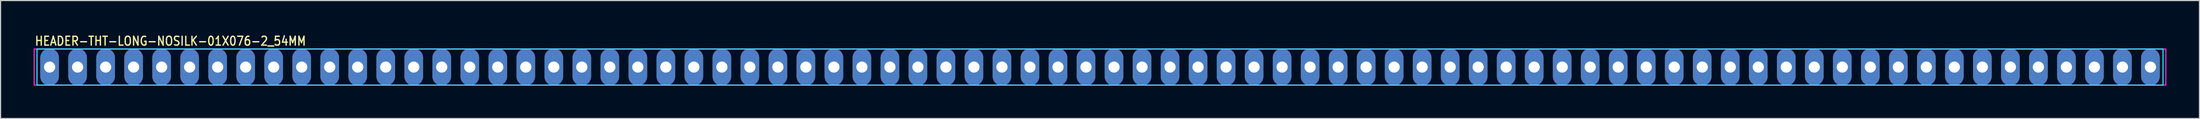
<source format=kicad_pcb>
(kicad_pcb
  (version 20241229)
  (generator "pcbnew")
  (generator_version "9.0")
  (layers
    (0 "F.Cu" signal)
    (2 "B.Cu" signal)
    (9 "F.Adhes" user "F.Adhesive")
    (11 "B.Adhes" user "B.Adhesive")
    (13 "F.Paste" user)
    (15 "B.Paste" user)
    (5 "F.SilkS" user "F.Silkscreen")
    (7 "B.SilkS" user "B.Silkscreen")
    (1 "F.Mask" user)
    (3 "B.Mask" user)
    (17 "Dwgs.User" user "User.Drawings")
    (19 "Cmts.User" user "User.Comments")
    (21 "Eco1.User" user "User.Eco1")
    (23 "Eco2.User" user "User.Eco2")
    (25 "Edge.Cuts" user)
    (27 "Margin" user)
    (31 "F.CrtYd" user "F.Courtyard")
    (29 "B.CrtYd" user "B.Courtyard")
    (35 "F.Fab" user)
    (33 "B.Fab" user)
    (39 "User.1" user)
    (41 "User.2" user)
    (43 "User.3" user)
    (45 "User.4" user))
  (footprint "HEADER-THT-LONG-NOSILK-01X076-2_54MM"
    (layer "F.Cu")
    (at 1.447 3.079)
    (property "Reference" "HEADER-THT-LONG-NOSILK-01X076-2_54MM" (at -1.4 -1.9 0) (unlocked yes) (layer "F.SilkS") (effects (font (size 0.813 0.695) (thickness 0.122)) (justify left bottom)))
    (fp_poly (pts (xy -1.143 -1.651) (xy 191.643 -1.651) (xy 191.643 1.651) (xy -1.143 1.651)) (stroke (width 0.1) (type solid)) (fill no) (layer "B.CrtYd"))
    (fp_poly (pts (xy -1.397 -1.651) (xy 191.897 -1.651) (xy 191.897 1.651) (xy -1.397 1.651)) (stroke (width 0.1) (type solid)) (fill no) (layer "F.CrtYd"))
    (pad "1" thru_hole oval (at 0 0 90) (size 3.387 1.693) (drill 1.016) (layers "*.Cu" "*.Mask"))
    (pad "2" thru_hole oval (at 2.54 0 90) (size 3.387 1.693) (drill 1.016) (layers "*.Cu" "*.Mask"))
    (pad "3" thru_hole oval (at 5.08 0 90) (size 3.387 1.693) (drill 1.016) (layers "*.Cu" "*.Mask"))
    (pad "4" thru_hole oval (at 7.62 0 90) (size 3.387 1.693) (drill 1.016) (layers "*.Cu" "*.Mask"))
    (pad "5" thru_hole oval (at 10.16 0 90) (size 3.387 1.693) (drill 1.016) (layers "*.Cu" "*.Mask"))
    (pad "6" thru_hole oval (at 12.7 0 90) (size 3.387 1.693) (drill 1.016) (layers "*.Cu" "*.Mask"))
    (pad "7" thru_hole oval (at 15.24 0 90) (size 3.387 1.693) (drill 1.016) (layers "*.Cu" "*.Mask"))
    (pad "8" thru_hole oval (at 17.78 0 90) (size 3.387 1.693) (drill 1.016) (layers "*.Cu" "*.Mask"))
    (pad "9" thru_hole oval (at 20.32 0 90) (size 3.387 1.693) (drill 1.016) (layers "*.Cu" "*.Mask"))
    (pad "10" thru_hole oval (at 22.86 0 90) (size 3.387 1.693) (drill 1.016) (layers "*.Cu" "*.Mask"))
    (pad "11" thru_hole oval (at 25.4 0 90) (size 3.387 1.693) (drill 1.016) (layers "*.Cu" "*.Mask"))
    (pad "12" thru_hole oval (at 27.94 0 90) (size 3.387 1.693) (drill 1.016) (layers "*.Cu" "*.Mask"))
    (pad "13" thru_hole oval (at 30.48 0 90) (size 3.387 1.693) (drill 1.016) (layers "*.Cu" "*.Mask"))
    (pad "14" thru_hole oval (at 33.02 0 90) (size 3.387 1.693) (drill 1.016) (layers "*.Cu" "*.Mask"))
    (pad "15" thru_hole oval (at 35.56 0 90) (size 3.387 1.693) (drill 1.016) (layers "*.Cu" "*.Mask"))
    (pad "16" thru_hole oval (at 38.1 0 90) (size 3.387 1.693) (drill 1.016) (layers "*.Cu" "*.Mask"))
    (pad "17" thru_hole oval (at 40.64 0 90) (size 3.387 1.693) (drill 1.016) (layers "*.Cu" "*.Mask"))
    (pad "18" thru_hole oval (at 43.18 0 90) (size 3.387 1.693) (drill 1.016) (layers "*.Cu" "*.Mask"))
    (pad "19" thru_hole oval (at 45.72 0 90) (size 3.387 1.693) (drill 1.016) (layers "*.Cu" "*.Mask"))
    (pad "20" thru_hole oval (at 48.26 0 90) (size 3.387 1.693) (drill 1.016) (layers "*.Cu" "*.Mask"))
    (pad "21" thru_hole oval (at 50.8 0 90) (size 3.387 1.693) (drill 1.016) (layers "*.Cu" "*.Mask"))
    (pad "22" thru_hole oval (at 53.34 0 90) (size 3.387 1.693) (drill 1.016) (layers "*.Cu" "*.Mask"))
    (pad "23" thru_hole oval (at 55.88 0 90) (size 3.387 1.693) (drill 1.016) (layers "*.Cu" "*.Mask"))
    (pad "24" thru_hole oval (at 58.42 0 90) (size 3.387 1.693) (drill 1.016) (layers "*.Cu" "*.Mask"))
    (pad "25" thru_hole oval (at 60.96 0 90) (size 3.387 1.693) (drill 1.016) (layers "*.Cu" "*.Mask"))
    (pad "26" thru_hole oval (at 63.5 0 90) (size 3.387 1.693) (drill 1.016) (layers "*.Cu" "*.Mask"))
    (pad "27" thru_hole oval (at 66.04 0 90) (size 3.387 1.693) (drill 1.016) (layers "*.Cu" "*.Mask"))
    (pad "28" thru_hole oval (at 68.58 0 90) (size 3.387 1.693) (drill 1.016) (layers "*.Cu" "*.Mask"))
    (pad "29" thru_hole oval (at 71.12 0 90) (size 3.387 1.693) (drill 1.016) (layers "*.Cu" "*.Mask"))
    (pad "30" thru_hole oval (at 73.66 0 90) (size 3.387 1.693) (drill 1.016) (layers "*.Cu" "*.Mask"))
    (pad "31" thru_hole oval (at 76.2 0 90) (size 3.387 1.693) (drill 1.016) (layers "*.Cu" "*.Mask"))
    (pad "32" thru_hole oval (at 78.74 0 90) (size 3.387 1.693) (drill 1.016) (layers "*.Cu" "*.Mask"))
    (pad "33" thru_hole oval (at 81.28 0 90) (size 3.387 1.693) (drill 1.016) (layers "*.Cu" "*.Mask"))
    (pad "34" thru_hole oval (at 83.82 0 90) (size 3.387 1.693) (drill 1.016) (layers "*.Cu" "*.Mask"))
    (pad "35" thru_hole oval (at 86.36 0 90) (size 3.387 1.693) (drill 1.016) (layers "*.Cu" "*.Mask"))
    (pad "36" thru_hole oval (at 88.9 0 90) (size 3.387 1.693) (drill 1.016) (layers "*.Cu" "*.Mask"))
    (pad "37" thru_hole oval (at 91.44 0 90) (size 3.387 1.693) (drill 1.016) (layers "*.Cu" "*.Mask"))
    (pad "38" thru_hole oval (at 93.98 0 90) (size 3.387 1.693) (drill 1.016) (layers "*.Cu" "*.Mask"))
    (pad "39" thru_hole oval (at 96.52 0 90) (size 3.387 1.693) (drill 1.016) (layers "*.Cu" "*.Mask"))
    (pad "40" thru_hole oval (at 99.06 0 90) (size 3.387 1.693) (drill 1.016) (layers "*.Cu" "*.Mask"))
    (pad "41" thru_hole oval (at 101.6 0 90) (size 3.387 1.693) (drill 1.016) (layers "*.Cu" "*.Mask"))
    (pad "42" thru_hole oval (at 104.14 0 90) (size 3.387 1.693) (drill 1.016) (layers "*.Cu" "*.Mask"))
    (pad "43" thru_hole oval (at 106.68 0 90) (size 3.387 1.693) (drill 1.016) (layers "*.Cu" "*.Mask"))
    (pad "44" thru_hole oval (at 109.22 0 90) (size 3.387 1.693) (drill 1.016) (layers "*.Cu" "*.Mask"))
    (pad "45" thru_hole oval (at 111.76 0 90) (size 3.387 1.693) (drill 1.016) (layers "*.Cu" "*.Mask"))
    (pad "46" thru_hole oval (at 114.3 0 90) (size 3.387 1.693) (drill 1.016) (layers "*.Cu" "*.Mask"))
    (pad "47" thru_hole oval (at 116.84 0 90) (size 3.387 1.693) (drill 1.016) (layers "*.Cu" "*.Mask"))
    (pad "48" thru_hole oval (at 119.38 0 90) (size 3.387 1.693) (drill 1.016) (layers "*.Cu" "*.Mask"))
    (pad "49" thru_hole oval (at 121.92 0 90) (size 3.387 1.693) (drill 1.016) (layers "*.Cu" "*.Mask"))
    (pad "50" thru_hole oval (at 124.46 0 90) (size 3.387 1.693) (drill 1.016) (layers "*.Cu" "*.Mask"))
    (pad "51" thru_hole oval (at 127 0 90) (size 3.387 1.693) (drill 1.016) (layers "*.Cu" "*.Mask"))
    (pad "52" thru_hole oval (at 129.54 0 90) (size 3.387 1.693) (drill 1.016) (layers "*.Cu" "*.Mask"))
    (pad "53" thru_hole oval (at 132.08 0 90) (size 3.387 1.693) (drill 1.016) (layers "*.Cu" "*.Mask"))
    (pad "54" thru_hole oval (at 134.62 0 90) (size 3.387 1.693) (drill 1.016) (layers "*.Cu" "*.Mask"))
    (pad "55" thru_hole oval (at 137.16 0 90) (size 3.387 1.693) (drill 1.016) (layers "*.Cu" "*.Mask"))
    (pad "56" thru_hole oval (at 139.7 0 90) (size 3.387 1.693) (drill 1.016) (layers "*.Cu" "*.Mask"))
    (pad "57" thru_hole oval (at 142.24 0 90) (size 3.387 1.693) (drill 1.016) (layers "*.Cu" "*.Mask"))
    (pad "58" thru_hole oval (at 144.78 0 90) (size 3.387 1.693) (drill 1.016) (layers "*.Cu" "*.Mask"))
    (pad "59" thru_hole oval (at 147.32 0 90) (size 3.387 1.693) (drill 1.016) (layers "*.Cu" "*.Mask"))
    (pad "60" thru_hole oval (at 149.86 0 90) (size 3.387 1.693) (drill 1.016) (layers "*.Cu" "*.Mask"))
    (pad "61" thru_hole oval (at 152.4 0 90) (size 3.387 1.693) (drill 1.016) (layers "*.Cu" "*.Mask"))
    (pad "62" thru_hole oval (at 154.94 0 90) (size 3.387 1.693) (drill 1.016) (layers "*.Cu" "*.Mask"))
    (pad "63" thru_hole oval (at 157.48 0 90) (size 3.387 1.693) (drill 1.016) (layers "*.Cu" "*.Mask"))
    (pad "64" thru_hole oval (at 160.02 0 90) (size 3.387 1.693) (drill 1.016) (layers "*.Cu" "*.Mask"))
    (pad "65" thru_hole oval (at 162.56 0 90) (size 3.387 1.693) (drill 1.016) (layers "*.Cu" "*.Mask"))
    (pad "66" thru_hole oval (at 165.1 0 90) (size 3.387 1.693) (drill 1.016) (layers "*.Cu" "*.Mask"))
    (pad "67" thru_hole oval (at 167.64 0 90) (size 3.387 1.693) (drill 1.016) (layers "*.Cu" "*.Mask"))
    (pad "68" thru_hole oval (at 170.18 0 90) (size 3.387 1.693) (drill 1.016) (layers "*.Cu" "*.Mask"))
    (pad "69" thru_hole oval (at 172.72 0 90) (size 3.387 1.693) (drill 1.016) (layers "*.Cu" "*.Mask"))
    (pad "70" thru_hole oval (at 175.26 0 90) (size 3.387 1.693) (drill 1.016) (layers "*.Cu" "*.Mask"))
    (pad "71" thru_hole oval (at 177.8 0 90) (size 3.387 1.693) (drill 1.016) (layers "*.Cu" "*.Mask"))
    (pad "72" thru_hole oval (at 180.34 0 90) (size 3.387 1.693) (drill 1.016) (layers "*.Cu" "*.Mask"))
    (pad "73" thru_hole oval (at 182.88 0 90) (size 3.387 1.693) (drill 1.016) (layers "*.Cu" "*.Mask"))
    (pad "74" thru_hole oval (at 185.42 0 90) (size 3.387 1.693) (drill 1.016) (layers "*.Cu" "*.Mask"))
    (pad "75" thru_hole oval (at 187.96 0 90) (size 3.387 1.693) (drill 1.016) (layers "*.Cu" "*.Mask"))
    (pad "76" thru_hole oval (at 190.5 0 90) (size 3.387 1.693) (drill 1.016) (layers "*.Cu" "*.Mask")))
  (gr_rect
    (start -3 -3)
    (end 196.394 7.78)
    (stroke (width 0.1) (type default))
    (fill no)
    (layer "Edge.Cuts")))
</source>
